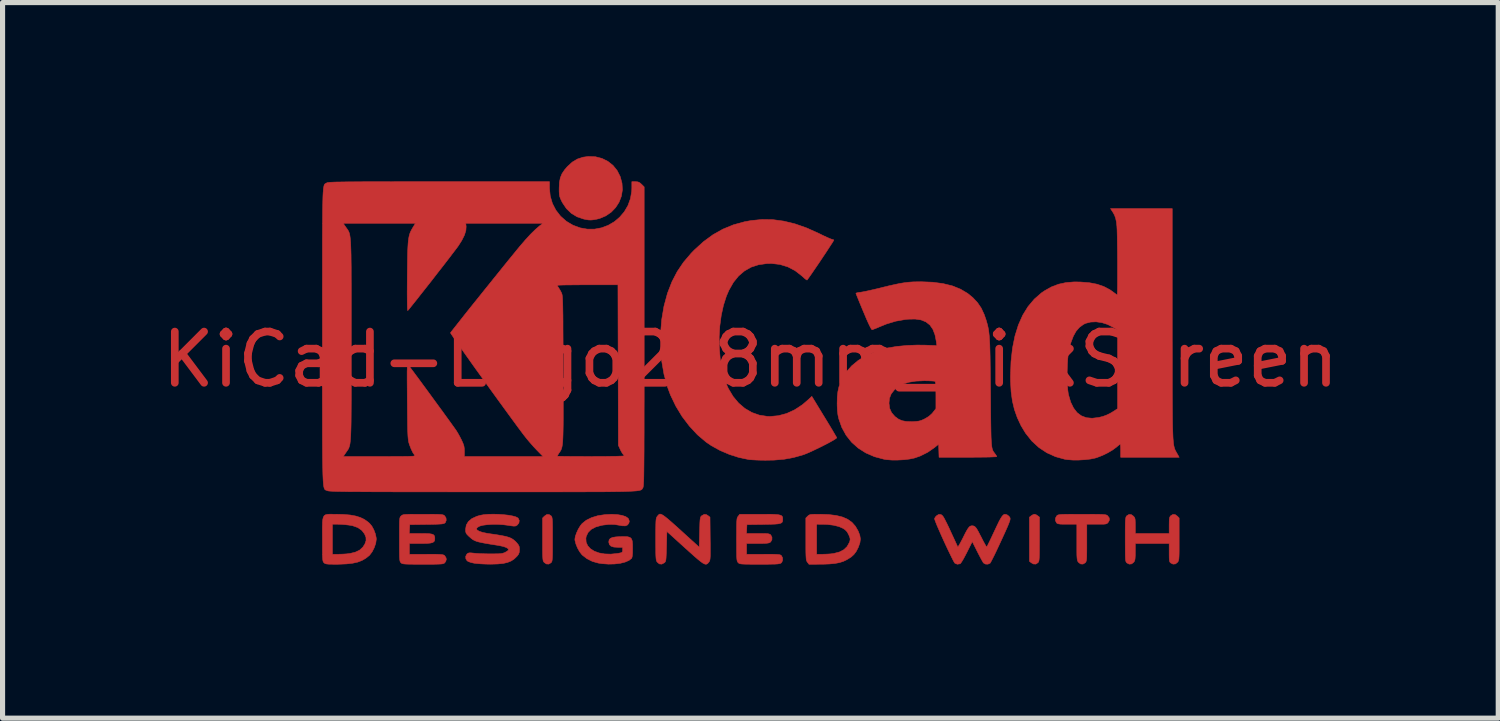
<source format=kicad_pcb>
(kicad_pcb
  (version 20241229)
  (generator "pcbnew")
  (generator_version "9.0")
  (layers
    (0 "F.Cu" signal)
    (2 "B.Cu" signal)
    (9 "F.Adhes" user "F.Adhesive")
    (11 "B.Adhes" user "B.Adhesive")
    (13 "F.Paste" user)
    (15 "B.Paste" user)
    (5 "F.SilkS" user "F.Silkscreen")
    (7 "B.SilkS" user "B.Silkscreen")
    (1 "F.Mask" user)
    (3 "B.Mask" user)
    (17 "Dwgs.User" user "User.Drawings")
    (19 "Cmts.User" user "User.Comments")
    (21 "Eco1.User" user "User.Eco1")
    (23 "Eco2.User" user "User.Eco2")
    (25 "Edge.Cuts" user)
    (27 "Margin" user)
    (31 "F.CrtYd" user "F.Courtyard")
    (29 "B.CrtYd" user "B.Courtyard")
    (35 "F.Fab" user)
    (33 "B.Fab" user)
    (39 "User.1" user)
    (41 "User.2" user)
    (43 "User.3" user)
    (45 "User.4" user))
  (footprint "KiCad-Logo2_8mm_SilkScreen"
    (layer "F.Cu")
    (at 11.601 3.969)
    (property "Reference" "KiCad-Logo2_8mm_SilkScreen" (at 0 0 0) (layer "F.Cu") (effects (font (size 1 1) (thickness 0.15))))
    (attr exclude_from_pos_files exclude_from_bom)
    (fp_poly (pts (xy 5.577 3.03) (xy 5.608 3.05) (xy 5.644 3.078) (xy 5.644 3.507) (xy 5.643 3.632) (xy 5.643 3.73) (xy 5.642 3.806) (xy 5.64 3.862) (xy 5.637 3.902) (xy 5.633 3.929) (xy 5.627 3.947) (xy 5.62 3.96) (xy 5.615 3.966) (xy 5.573 3.994) (xy 5.525 3.992) (xy 5.484 3.969) (xy 5.448 3.94) (xy 5.448 3.078) (xy 5.484 3.05) (xy 5.518 3.029) (xy 5.546 3.021) (xy 5.577 3.03)) (stroke (width 0.01) (type solid)) (fill yes) (layer "F.Cu"))
    (fp_poly (pts (xy -3.893 3.051) (xy -3.884 3.061) (xy -3.877 3.074) (xy -3.872 3.094) (xy -3.868 3.123) (xy -3.865 3.166) (xy -3.864 3.225) (xy -3.863 3.305) (xy -3.863 3.409) (xy -3.863 3.509) (xy -3.863 3.634) (xy -3.863 3.733) (xy -3.864 3.808) (xy -3.866 3.864) (xy -3.869 3.903) (xy -3.873 3.93) (xy -3.878 3.948) (xy -3.886 3.96) (xy -3.893 3.968) (xy -3.937 3.994) (xy -3.983 3.992) (xy -4.025 3.963) (xy -4.035 3.952) (xy -4.042 3.939) (xy -4.048 3.921) (xy -4.052 3.893) (xy -4.055 3.854) (xy -4.057 3.798) (xy -4.058 3.722) (xy -4.058 3.623) (xy -4.058 3.512) (xy -4.058 3.095) (xy -4.021 3.058) (xy -3.976 3.027) (xy -3.932 3.026) (xy -3.893 3.051)) (stroke (width 0.01) (type solid)) (fill yes) (layer "F.Cu"))
    (fp_poly (pts (xy -3.026 -3.959) (xy -2.898 -3.926) (xy -2.783 -3.869) (xy -2.683 -3.79) (xy -2.602 -3.69) (xy -2.542 -3.572) (xy -2.507 -3.444) (xy -2.499 -3.314) (xy -2.519 -3.189) (xy -2.564 -3.072) (xy -2.631 -2.967) (xy -2.719 -2.876) (xy -2.824 -2.804) (xy -2.945 -2.753) (xy -3.013 -2.737) (xy -3.072 -2.727) (xy -3.118 -2.723) (xy -3.162 -2.725) (xy -3.216 -2.734) (xy -3.26 -2.744) (xy -3.384 -2.786) (xy -3.496 -2.854) (xy -3.592 -2.946) (xy -3.669 -3.06) (xy -3.688 -3.096) (xy -3.71 -3.145) (xy -3.724 -3.185) (xy -3.731 -3.228) (xy -3.734 -3.283) (xy -3.734 -3.344) (xy -3.729 -3.456) (xy -3.711 -3.549) (xy -3.678 -3.629) (xy -3.625 -3.707) (xy -3.574 -3.766) (xy -3.478 -3.854) (xy -3.378 -3.914) (xy -3.268 -3.95) (xy -3.165 -3.964) (xy -3.026 -3.959)) (stroke (width 0.01) (type solid)) (fill yes) (layer "F.Cu"))
    (fp_poly (pts (xy 6.608 3.021) (xy 6.712 3.022) (xy 6.794 3.023) (xy 6.855 3.024) (xy 6.899 3.027) (xy 6.93 3.031) (xy 6.951 3.036) (xy 6.964 3.042) (xy 6.971 3.047) (xy 7.005 3.091) (xy 7.009 3.136) (xy 6.988 3.176) (xy 6.974 3.193) (xy 6.959 3.204) (xy 6.938 3.211) (xy 6.904 3.215) (xy 6.852 3.216) (xy 6.777 3.216) (xy 6.762 3.216) (xy 6.568 3.216) (xy 6.568 3.577) (xy 6.568 3.691) (xy 6.567 3.778) (xy 6.566 3.843) (xy 6.564 3.89) (xy 6.56 3.922) (xy 6.554 3.943) (xy 6.547 3.957) (xy 6.538 3.968) (xy 6.494 3.994) (xy 6.448 3.992) (xy 6.407 3.962) (xy 6.404 3.958) (xy 6.394 3.944) (xy 6.386 3.928) (xy 6.381 3.905) (xy 6.377 3.871) (xy 6.374 3.823) (xy 6.373 3.757) (xy 6.373 3.668) (xy 6.373 3.567) (xy 6.373 3.216) (xy 6.187 3.216) (xy 6.107 3.216) (xy 6.052 3.214) (xy 6.016 3.209) (xy 5.993 3.202) (xy 5.978 3.191) (xy 5.977 3.189) (xy 5.955 3.145) (xy 5.957 3.095) (xy 5.982 3.051) (xy 5.991 3.043) (xy 6.004 3.036) (xy 6.023 3.031) (xy 6.051 3.027) (xy 6.091 3.024) (xy 6.148 3.023) (xy 6.225 3.022) (xy 6.324 3.021) (xy 6.449 3.021) (xy 6.476 3.021) (xy 6.608 3.021)) (stroke (width 0.01) (type solid)) (fill yes) (layer "F.Cu"))
    (fp_poly (pts (xy 8.293 3.028) (xy 8.335 3.058) (xy 8.371 3.095) (xy 8.371 3.507) (xy 8.371 3.629) (xy 8.371 3.725) (xy 8.37 3.798) (xy 8.368 3.852) (xy 8.365 3.891) (xy 8.36 3.917) (xy 8.354 3.936) (xy 8.347 3.95) (xy 8.34 3.958) (xy 8.299 3.991) (xy 8.252 3.995) (xy 8.209 3.974) (xy 8.195 3.963) (xy 8.186 3.947) (xy 8.18 3.922) (xy 8.177 3.881) (xy 8.176 3.819) (xy 8.176 3.772) (xy 8.176 3.592) (xy 7.515 3.592) (xy 7.515 3.755) (xy 7.514 3.83) (xy 7.511 3.881) (xy 7.506 3.916) (xy 7.496 3.941) (xy 7.484 3.958) (xy 7.442 3.991) (xy 7.396 3.995) (xy 7.351 3.972) (xy 7.339 3.959) (xy 7.331 3.943) (xy 7.325 3.918) (xy 7.322 3.879) (xy 7.32 3.821) (xy 7.319 3.739) (xy 7.319 3.72) (xy 7.318 3.565) (xy 7.318 3.437) (xy 7.318 3.334) (xy 7.319 3.252) (xy 7.32 3.19) (xy 7.322 3.143) (xy 7.326 3.109) (xy 7.33 3.086) (xy 7.335 3.07) (xy 7.342 3.059) (xy 7.349 3.051) (xy 7.392 3.025) (xy 7.436 3.028) (xy 7.478 3.058) (xy 7.495 3.077) (xy 7.506 3.098) (xy 7.512 3.128) (xy 7.514 3.174) (xy 7.515 3.243) (xy 7.515 3.397) (xy 8.176 3.397) (xy 8.176 3.239) (xy 8.177 3.166) (xy 8.179 3.117) (xy 8.185 3.085) (xy 8.195 3.064) (xy 8.206 3.051) (xy 8.249 3.025) (xy 8.293 3.028)) (stroke (width 0.01) (type solid)) (fill yes) (layer "F.Cu"))
    (fp_poly (pts (xy 1.356 3.021) (xy 1.527 3.027) (xy 1.674 3.045) (xy 1.796 3.075) (xy 1.898 3.119) (xy 1.982 3.179) (xy 2.049 3.254) (xy 2.103 3.347) (xy 2.104 3.349) (xy 2.136 3.432) (xy 2.148 3.505) (xy 2.138 3.579) (xy 2.108 3.663) (xy 2.103 3.675) (xy 2.064 3.75) (xy 2.02 3.808) (xy 1.964 3.858) (xy 1.887 3.906) (xy 1.882 3.909) (xy 1.815 3.941) (xy 1.74 3.965) (xy 1.65 3.982) (xy 1.542 3.992) (xy 1.411 3.997) (xy 1.365 3.997) (xy 1.144 3.998) (xy 1.113 3.958) (xy 1.104 3.945) (xy 1.097 3.93) (xy 1.091 3.909) (xy 1.088 3.878) (xy 1.085 3.835) (xy 1.084 3.802) (xy 1.293 3.802) (xy 1.418 3.802) (xy 1.491 3.8) (xy 1.566 3.795) (xy 1.627 3.787) (xy 1.631 3.786) (xy 1.741 3.757) (xy 1.825 3.713) (xy 1.888 3.652) (xy 1.932 3.572) (xy 1.94 3.551) (xy 1.947 3.518) (xy 1.944 3.485) (xy 1.928 3.442) (xy 1.919 3.421) (xy 1.888 3.364) (xy 1.85 3.325) (xy 1.809 3.297) (xy 1.727 3.261) (xy 1.621 3.235) (xy 1.498 3.22) (xy 1.409 3.217) (xy 1.293 3.216) (xy 1.293 3.802) (xy 1.084 3.802) (xy 1.083 3.774) (xy 1.082 3.694) (xy 1.082 3.589) (xy 1.082 3.507) (xy 1.082 3.095) (xy 1.119 3.058) (xy 1.135 3.043) (xy 1.153 3.033) (xy 1.178 3.026) (xy 1.215 3.023) (xy 1.271 3.021) (xy 1.351 3.021) (xy 1.356 3.021)) (stroke (width 0.01) (type solid)) (fill yes) (layer "F.Cu"))
    (fp_poly (pts (xy -8.15 3.021) (xy -8.097 3.021) (xy -7.943 3.025) (xy -7.814 3.036) (xy -7.706 3.056) (xy -7.614 3.085) (xy -7.533 3.125) (xy -7.461 3.177) (xy -7.435 3.2) (xy -7.391 3.253) (xy -7.352 3.325) (xy -7.322 3.405) (xy -7.306 3.481) (xy -7.304 3.509) (xy -7.315 3.588) (xy -7.344 3.673) (xy -7.385 3.754) (xy -7.434 3.819) (xy -7.442 3.827) (xy -7.51 3.881) (xy -7.584 3.924) (xy -7.668 3.956) (xy -7.768 3.978) (xy -7.887 3.991) (xy -8.029 3.997) (xy -8.094 3.998) (xy -8.177 3.997) (xy -8.235 3.996) (xy -8.274 3.992) (xy -8.3 3.986) (xy -8.317 3.976) (xy -8.326 3.968) (xy -8.335 3.958) (xy -8.342 3.945) (xy -8.347 3.925) (xy -8.351 3.896) (xy -8.354 3.853) (xy -8.355 3.794) (xy -8.356 3.714) (xy -8.356 3.61) (xy -8.356 3.509) (xy -8.357 3.375) (xy -8.357 3.268) (xy -8.355 3.216) (xy -8.161 3.216) (xy -8.161 3.802) (xy -8.037 3.802) (xy -7.962 3.8) (xy -7.884 3.795) (xy -7.819 3.787) (xy -7.817 3.787) (xy -7.712 3.761) (xy -7.63 3.722) (xy -7.568 3.665) (xy -7.528 3.604) (xy -7.504 3.536) (xy -7.506 3.472) (xy -7.534 3.404) (xy -7.589 3.334) (xy -7.666 3.281) (xy -7.765 3.246) (xy -7.832 3.234) (xy -7.908 3.225) (xy -7.988 3.219) (xy -8.056 3.216) (xy -8.06 3.216) (xy -8.161 3.216) (xy -8.355 3.216) (xy -8.355 3.184) (xy -8.349 3.122) (xy -8.338 3.078) (xy -8.32 3.048) (xy -8.294 3.031) (xy -8.258 3.023) (xy -8.211 3.02) (xy -8.15 3.021)) (stroke (width 0.01) (type solid)) (fill yes) (layer "F.Cu"))
    (fp_poly (pts (xy -1.731 3.027) (xy -1.7 3.045) (xy -1.659 3.075) (xy -1.606 3.118) (xy -1.539 3.176) (xy -1.456 3.25) (xy -1.355 3.341) (xy -1.24 3.446) (xy -0.999 3.664) (xy -0.992 3.371) (xy -0.989 3.27) (xy -0.987 3.195) (xy -0.984 3.142) (xy -0.979 3.105) (xy -0.974 3.081) (xy -0.966 3.066) (xy -0.955 3.054) (xy -0.949 3.05) (xy -0.903 3.024) (xy -0.859 3.028) (xy -0.825 3.05) (xy -0.789 3.078) (xy -0.785 3.498) (xy -0.783 3.621) (xy -0.783 3.718) (xy -0.783 3.792) (xy -0.784 3.847) (xy -0.787 3.886) (xy -0.791 3.913) (xy -0.796 3.932) (xy -0.804 3.946) (xy -0.812 3.957) (xy -0.83 3.978) (xy -0.848 3.992) (xy -0.868 3.998) (xy -0.893 3.993) (xy -0.926 3.977) (xy -0.968 3.947) (xy -1.023 3.903) (xy -1.092 3.844) (xy -1.179 3.766) (xy -1.278 3.677) (xy -1.631 3.357) (xy -1.638 3.649) (xy -1.641 3.749) (xy -1.644 3.824) (xy -1.647 3.878) (xy -1.651 3.914) (xy -1.657 3.938) (xy -1.665 3.953) (xy -1.676 3.965) (xy -1.681 3.969) (xy -1.73 3.995) (xy -1.777 3.991) (xy -1.817 3.958) (xy -1.827 3.945) (xy -1.834 3.93) (xy -1.839 3.909) (xy -1.843 3.878) (xy -1.846 3.834) (xy -1.848 3.774) (xy -1.848 3.693) (xy -1.849 3.587) (xy -1.849 3.509) (xy -1.849 3.388) (xy -1.848 3.292) (xy -1.847 3.219) (xy -1.845 3.166) (xy -1.842 3.127) (xy -1.837 3.101) (xy -1.831 3.082) (xy -1.823 3.068) (xy -1.817 3.061) (xy -1.802 3.042) (xy -1.788 3.028) (xy -1.773 3.019) (xy -1.755 3.019) (xy -1.731 3.027)) (stroke (width 0.01) (type solid)) (fill yes) (layer "F.Cu"))
    (fp_poly (pts (xy -2.596 3.028) (xy -2.505 3.044) (xy -2.435 3.067) (xy -2.389 3.099) (xy -2.377 3.117) (xy -2.364 3.158) (xy -2.373 3.196) (xy -2.4 3.231) (xy -2.441 3.248) (xy -2.502 3.247) (xy -2.549 3.238) (xy -2.653 3.221) (xy -2.759 3.219) (xy -2.878 3.233) (xy -2.911 3.239) (xy -3.021 3.27) (xy -3.108 3.316) (xy -3.169 3.377) (xy -3.205 3.452) (xy -3.212 3.49) (xy -3.207 3.568) (xy -3.176 3.637) (xy -3.122 3.696) (xy -3.047 3.743) (xy -2.954 3.777) (xy -2.846 3.796) (xy -2.726 3.8) (xy -2.597 3.787) (xy -2.59 3.786) (xy -2.539 3.776) (xy -2.51 3.767) (xy -2.498 3.753) (xy -2.495 3.73) (xy -2.495 3.718) (xy -2.495 3.667) (xy -2.586 3.667) (xy -2.667 3.662) (xy -2.722 3.644) (xy -2.753 3.613) (xy -2.765 3.567) (xy -2.765 3.561) (xy -2.758 3.521) (xy -2.735 3.493) (xy -2.692 3.474) (xy -2.625 3.463) (xy -2.56 3.459) (xy -2.466 3.457) (xy -2.398 3.46) (xy -2.352 3.473) (xy -2.323 3.499) (xy -2.307 3.542) (xy -2.301 3.605) (xy -2.3 3.688) (xy -2.301 3.78) (xy -2.307 3.843) (xy -2.316 3.877) (xy -2.318 3.88) (xy -2.37 3.922) (xy -2.446 3.955) (xy -2.541 3.979) (xy -2.651 3.992) (xy -2.771 3.995) (xy -2.895 3.986) (xy -2.968 3.975) (xy -3.083 3.943) (xy -3.19 3.89) (xy -3.279 3.821) (xy -3.293 3.807) (xy -3.337 3.749) (xy -3.377 3.677) (xy -3.407 3.602) (xy -3.425 3.534) (xy -3.427 3.508) (xy -3.418 3.453) (xy -3.394 3.385) (xy -3.361 3.313) (xy -3.321 3.247) (xy -3.287 3.204) (xy -3.206 3.139) (xy -3.101 3.087) (xy -2.976 3.049) (xy -2.835 3.028) (xy -2.705 3.022) (xy -2.596 3.028)) (stroke (width 0.01) (type solid)) (fill yes) (layer "F.Cu"))
    (fp_poly (pts (xy 0.307 3.021) (xy 0.408 3.022) (xy 0.486 3.025) (xy 0.544 3.03) (xy 0.583 3.039) (xy 0.609 3.05) (xy 0.623 3.066) (xy 0.63 3.087) (xy 0.631 3.114) (xy 0.631 3.117) (xy 0.63 3.147) (xy 0.624 3.171) (xy 0.609 3.188) (xy 0.582 3.2) (xy 0.54 3.209) (xy 0.48 3.214) (xy 0.397 3.217) (xy 0.288 3.219) (xy 0.255 3.22) (xy -0.068 3.224) (xy -0.072 3.31) (xy -0.077 3.397) (xy 0.147 3.397) (xy 0.235 3.397) (xy 0.297 3.398) (xy 0.34 3.401) (xy 0.367 3.407) (xy 0.385 3.415) (xy 0.398 3.426) (xy 0.398 3.426) (xy 0.421 3.471) (xy 0.42 3.519) (xy 0.396 3.561) (xy 0.391 3.565) (xy 0.374 3.576) (xy 0.35 3.583) (xy 0.315 3.588) (xy 0.263 3.591) (xy 0.189 3.592) (xy 0.141 3.592) (xy -0.075 3.592) (xy -0.075 3.802) (xy 0.253 3.802) (xy 0.362 3.803) (xy 0.444 3.803) (xy 0.504 3.805) (xy 0.546 3.808) (xy 0.574 3.812) (xy 0.592 3.819) (xy 0.603 3.827) (xy 0.606 3.83) (xy 0.628 3.872) (xy 0.629 3.92) (xy 0.612 3.961) (xy 0.598 3.974) (xy 0.583 3.982) (xy 0.561 3.987) (xy 0.527 3.992) (xy 0.478 3.995) (xy 0.41 3.996) (xy 0.32 3.998) (xy 0.204 3.998) (xy 0.178 3.998) (xy 0.06 3.998) (xy -0.032 3.997) (xy -0.1 3.996) (xy -0.15 3.994) (xy -0.185 3.991) (xy -0.208 3.986) (xy -0.223 3.98) (xy -0.234 3.971) (xy -0.24 3.965) (xy -0.249 3.954) (xy -0.256 3.94) (xy -0.261 3.921) (xy -0.265 3.891) (xy -0.268 3.848) (xy -0.269 3.788) (xy -0.27 3.708) (xy -0.27 3.604) (xy -0.271 3.516) (xy -0.27 3.393) (xy -0.27 3.297) (xy -0.269 3.223) (xy -0.267 3.168) (xy -0.264 3.129) (xy -0.26 3.102) (xy -0.254 3.084) (xy -0.246 3.069) (xy -0.239 3.061) (xy -0.208 3.021) (xy 0.178 3.021) (xy 0.307 3.021)) (stroke (width 0.01) (type solid)) (fill yes) (layer "F.Cu"))
    (fp_poly (pts (xy -6.274 3.021) (xy -6.182 3.022) (xy -6.112 3.023) (xy -6.061 3.025) (xy -6.026 3.028) (xy -6.002 3.033) (xy -5.986 3.039) (xy -5.974 3.048) (xy -5.97 3.052) (xy -5.943 3.093) (xy -5.939 3.14) (xy -5.956 3.183) (xy -5.964 3.191) (xy -5.977 3.199) (xy -5.998 3.206) (xy -6.03 3.211) (xy -6.079 3.214) (xy -6.146 3.217) (xy -6.237 3.219) (xy -6.321 3.22) (xy -6.651 3.224) (xy -6.66 3.397) (xy -6.436 3.397) (xy -6.339 3.398) (xy -6.267 3.401) (xy -6.218 3.409) (xy -6.187 3.422) (xy -6.17 3.442) (xy -6.163 3.471) (xy -6.162 3.498) (xy -6.165 3.532) (xy -6.178 3.556) (xy -6.203 3.573) (xy -6.246 3.584) (xy -6.308 3.59) (xy -6.396 3.592) (xy -6.444 3.592) (xy -6.658 3.592) (xy -6.658 3.802) (xy -6.327 3.802) (xy -6.219 3.803) (xy -6.137 3.803) (xy -6.076 3.805) (xy -6.034 3.808) (xy -6.005 3.812) (xy -5.986 3.818) (xy -5.973 3.826) (xy -5.967 3.833) (xy -5.944 3.868) (xy -5.937 3.9) (xy -5.947 3.939) (xy -5.967 3.968) (xy -5.977 3.977) (xy -5.991 3.984) (xy -6.011 3.989) (xy -6.041 3.993) (xy -6.086 3.995) (xy -6.148 3.997) (xy -6.231 3.998) (xy -6.339 3.998) (xy -6.395 3.998) (xy -6.515 3.998) (xy -6.609 3.997) (xy -6.68 3.996) (xy -6.731 3.994) (xy -6.767 3.991) (xy -6.792 3.986) (xy -6.808 3.98) (xy -6.819 3.972) (xy -6.823 3.968) (xy -6.832 3.958) (xy -6.839 3.945) (xy -6.844 3.925) (xy -6.848 3.896) (xy -6.851 3.853) (xy -6.852 3.793) (xy -6.853 3.713) (xy -6.853 3.609) (xy -6.853 3.512) (xy -6.853 3.388) (xy -6.853 3.29) (xy -6.852 3.216) (xy -6.851 3.161) (xy -6.848 3.122) (xy -6.844 3.095) (xy -6.838 3.078) (xy -6.831 3.066) (xy -6.821 3.056) (xy -6.819 3.054) (xy -6.807 3.044) (xy -6.794 3.036) (xy -6.775 3.03) (xy -6.747 3.026) (xy -6.705 3.024) (xy -6.647 3.022) (xy -6.569 3.021) (xy -6.466 3.021) (xy -6.393 3.021) (xy -6.274 3.021)) (stroke (width 0.01) (type solid)) (fill yes) (layer "F.Cu"))
    (fp_poly (pts (xy 4.986 3.024) (xy 5.012 3.033) (xy 5.013 3.033) (xy 5.048 3.06) (xy 5.068 3.088) (xy 5.071 3.101) (xy 5.071 3.119) (xy 5.066 3.143) (xy 5.054 3.178) (xy 5.035 3.227) (xy 5.007 3.292) (xy 4.969 3.377) (xy 4.92 3.484) (xy 4.893 3.543) (xy 4.844 3.648) (xy 4.799 3.744) (xy 4.758 3.829) (xy 4.723 3.898) (xy 4.697 3.948) (xy 4.681 3.975) (xy 4.677 3.979) (xy 4.636 3.996) (xy 4.589 3.994) (xy 4.552 3.973) (xy 4.55 3.972) (xy 4.536 3.949) (xy 4.511 3.905) (xy 4.479 3.845) (xy 4.443 3.776) (xy 4.43 3.75) (xy 4.332 3.555) (xy 4.226 3.767) (xy 4.188 3.84) (xy 4.153 3.904) (xy 4.123 3.953) (xy 4.102 3.982) (xy 4.095 3.988) (xy 4.04 3.997) (xy 3.994 3.979) (xy 3.98 3.96) (xy 3.957 3.918) (xy 3.926 3.856) (xy 3.889 3.78) (xy 3.847 3.693) (xy 3.803 3.599) (xy 3.759 3.503) (xy 3.717 3.409) (xy 3.678 3.32) (xy 3.644 3.242) (xy 3.618 3.177) (xy 3.601 3.131) (xy 3.595 3.108) (xy 3.595 3.107) (xy 3.61 3.077) (xy 3.639 3.047) (xy 3.641 3.046) (xy 3.677 3.025) (xy 3.71 3.026) (xy 3.723 3.029) (xy 3.738 3.038) (xy 3.754 3.054) (xy 3.774 3.082) (xy 3.797 3.125) (xy 3.828 3.186) (xy 3.868 3.268) (xy 3.903 3.344) (xy 3.944 3.433) (xy 3.981 3.512) (xy 4.011 3.578) (xy 4.034 3.628) (xy 4.046 3.655) (xy 4.048 3.66) (xy 4.056 3.653) (xy 4.075 3.623) (xy 4.102 3.575) (xy 4.135 3.512) (xy 4.148 3.487) (xy 4.191 3.4) (xy 4.225 3.337) (xy 4.252 3.294) (xy 4.274 3.267) (xy 4.294 3.253) (xy 4.316 3.247) (xy 4.33 3.246) (xy 4.354 3.249) (xy 4.376 3.258) (xy 4.398 3.277) (xy 4.422 3.311) (xy 4.452 3.363) (xy 4.49 3.437) (xy 4.512 3.479) (xy 4.546 3.546) (xy 4.576 3.601) (xy 4.599 3.64) (xy 4.612 3.659) (xy 4.614 3.66) (xy 4.623 3.645) (xy 4.642 3.607) (xy 4.67 3.55) (xy 4.705 3.477) (xy 4.744 3.393) (xy 4.764 3.351) (xy 4.815 3.243) (xy 4.855 3.16) (xy 4.888 3.1) (xy 4.916 3.058) (xy 4.94 3.033) (xy 4.962 3.023) (xy 4.986 3.024)) (stroke (width 0.01) (type solid)) (fill yes) (layer "F.Cu"))
    (fp_poly (pts (xy -4.915 3.023) (xy -4.815 3.03) (xy -4.723 3.04) (xy -4.642 3.055) (xy -4.58 3.072) (xy -4.54 3.093) (xy -4.534 3.098) (xy -4.513 3.144) (xy -4.52 3.192) (xy -4.552 3.232) (xy -4.554 3.233) (xy -4.573 3.246) (xy -4.593 3.252) (xy -4.621 3.253) (xy -4.664 3.248) (xy -4.729 3.238) (xy -4.734 3.237) (xy -4.831 3.225) (xy -4.936 3.219) (xy -5.04 3.219) (xy -5.138 3.225) (xy -5.222 3.236) (xy -5.283 3.252) (xy -5.287 3.254) (xy -5.332 3.279) (xy -5.348 3.304) (xy -5.336 3.329) (xy -5.296 3.353) (xy -5.231 3.375) (xy -5.14 3.394) (xy -5.08 3.403) (xy -4.955 3.421) (xy -4.855 3.438) (xy -4.777 3.454) (xy -4.715 3.472) (xy -4.667 3.492) (xy -4.628 3.517) (xy -4.592 3.547) (xy -4.564 3.576) (xy -4.531 3.617) (xy -4.514 3.652) (xy -4.509 3.696) (xy -4.509 3.712) (xy -4.513 3.765) (xy -4.528 3.804) (xy -4.555 3.839) (xy -4.609 3.892) (xy -4.67 3.933) (xy -4.742 3.962) (xy -4.828 3.982) (xy -4.935 3.992) (xy -5.066 3.996) (xy -5.088 3.996) (xy -5.175 3.994) (xy -5.261 3.99) (xy -5.338 3.984) (xy -5.395 3.977) (xy -5.399 3.976) (xy -5.456 3.963) (xy -5.504 3.946) (xy -5.531 3.93) (xy -5.556 3.89) (xy -5.558 3.842) (xy -5.536 3.8) (xy -5.531 3.795) (xy -5.511 3.781) (xy -5.486 3.775) (xy -5.447 3.776) (xy -5.4 3.781) (xy -5.347 3.786) (xy -5.273 3.79) (xy -5.186 3.793) (xy -5.096 3.795) (xy -5.072 3.795) (xy -4.982 3.794) (xy -4.916 3.793) (xy -4.868 3.789) (xy -4.833 3.782) (xy -4.805 3.773) (xy -4.788 3.765) (xy -4.75 3.743) (xy -4.726 3.723) (xy -4.723 3.717) (xy -4.73 3.694) (xy -4.765 3.671) (xy -4.825 3.65) (xy -4.908 3.632) (xy -4.933 3.628) (xy -5.061 3.608) (xy -5.163 3.591) (xy -5.243 3.576) (xy -5.305 3.562) (xy -5.353 3.548) (xy -5.391 3.532) (xy -5.423 3.514) (xy -5.453 3.491) (xy -5.484 3.463) (xy -5.495 3.454) (xy -5.532 3.417) (xy -5.552 3.388) (xy -5.56 3.355) (xy -5.561 3.314) (xy -5.547 3.232) (xy -5.506 3.163) (xy -5.438 3.106) (xy -5.343 3.062) (xy -5.275 3.042) (xy -5.202 3.029) (xy -5.114 3.022) (xy -5.016 3.02) (xy -4.915 3.023)) (stroke (width 0.01) (type solid)) (fill yes) (layer "F.Cu"))
    (fp_poly (pts (xy 0.437 -2.731) (xy 0.65 -2.702) (xy 0.869 -2.649) (xy 1.095 -2.57) (xy 1.331 -2.464) (xy 1.346 -2.457) (xy 1.423 -2.419) (xy 1.492 -2.387) (xy 1.547 -2.363) (xy 1.585 -2.348) (xy 1.597 -2.345) (xy 1.623 -2.338) (xy 1.629 -2.332) (xy 1.622 -2.318) (xy 1.601 -2.283) (xy 1.567 -2.231) (xy 1.524 -2.165) (xy 1.474 -2.088) (xy 1.419 -2.006) (xy 1.362 -1.92) (xy 1.305 -1.836) (xy 1.25 -1.756) (xy 1.201 -1.684) (xy 1.159 -1.624) (xy 1.127 -1.579) (xy 1.108 -1.554) (xy 1.105 -1.551) (xy 1.092 -1.558) (xy 1.062 -1.58) (xy 1.022 -1.616) (xy 1.001 -1.635) (xy 0.872 -1.735) (xy 0.73 -1.809) (xy 0.576 -1.856) (xy 0.413 -1.875) (xy 0.32 -1.873) (xy 0.159 -1.85) (xy 0.014 -1.803) (xy -0.116 -1.729) (xy -0.231 -1.631) (xy -0.332 -1.506) (xy -0.418 -1.355) (xy -0.468 -1.24) (xy -0.526 -1.059) (xy -0.569 -0.863) (xy -0.597 -0.656) (xy -0.61 -0.443) (xy -0.607 -0.23) (xy -0.59 -0.022) (xy -0.558 0.177) (xy -0.511 0.361) (xy -0.45 0.526) (xy -0.428 0.571) (xy -0.337 0.723) (xy -0.23 0.851) (xy -0.108 0.955) (xy 0.027 1.034) (xy 0.173 1.086) (xy 0.329 1.11) (xy 0.385 1.112) (xy 0.546 1.097) (xy 0.707 1.054) (xy 0.864 0.982) (xy 1.015 0.883) (xy 1.137 0.778) (xy 1.199 0.719) (xy 1.44 1.115) (xy 1.5 1.213) (xy 1.555 1.304) (xy 1.603 1.384) (xy 1.641 1.449) (xy 1.669 1.497) (xy 1.684 1.523) (xy 1.686 1.527) (xy 1.675 1.54) (xy 1.641 1.563) (xy 1.588 1.594) (xy 1.521 1.631) (xy 1.443 1.671) (xy 1.36 1.713) (xy 1.275 1.754) (xy 1.193 1.793) (xy 1.118 1.826) (xy 1.054 1.852) (xy 1.022 1.863) (xy 0.844 1.913) (xy 0.661 1.947) (xy 0.464 1.964) (xy 0.295 1.967) (xy 0.205 1.966) (xy 0.118 1.963) (xy 0.041 1.959) (xy -0.017 1.955) (xy -0.036 1.952) (xy -0.221 1.914) (xy -0.409 1.854) (xy -0.592 1.776) (xy -0.761 1.683) (xy -0.864 1.613) (xy -1.034 1.469) (xy -1.191 1.3) (xy -1.334 1.112) (xy -1.458 0.907) (xy -1.562 0.69) (xy -1.62 0.534) (xy -1.687 0.289) (xy -1.732 0.03) (xy -1.754 -0.238) (xy -1.754 -0.509) (xy -1.732 -0.778) (xy -1.688 -1.039) (xy -1.621 -1.287) (xy -1.616 -1.302) (xy -1.532 -1.518) (xy -1.43 -1.715) (xy -1.306 -1.899) (xy -1.156 -2.075) (xy -1.098 -2.135) (xy -0.917 -2.3) (xy -0.73 -2.437) (xy -0.536 -2.546) (xy -0.331 -2.63) (xy -0.112 -2.69) (xy 0.015 -2.713) (xy 0.226 -2.734) (xy 0.437 -2.731)) (stroke (width 0.01) (type solid)) (fill yes) (layer "F.Cu"))
    (fp_poly (pts (xy 8.236 -0.703) (xy 8.236 -0.391) (xy 8.237 -0.107) (xy 8.237 0.149) (xy 8.237 0.38) (xy 8.237 0.587) (xy 8.238 0.77) (xy 8.239 0.933) (xy 8.24 1.076) (xy 8.241 1.2) (xy 8.243 1.308) (xy 8.246 1.4) (xy 8.249 1.478) (xy 8.252 1.544) (xy 8.257 1.598) (xy 8.261 1.643) (xy 8.267 1.681) (xy 8.274 1.711) (xy 8.281 1.736) (xy 8.289 1.758) (xy 8.298 1.778) (xy 8.308 1.796) (xy 8.319 1.816) (xy 8.326 1.828) (xy 8.372 1.909) (xy 7.229 1.909) (xy 7.229 1.781) (xy 7.228 1.723) (xy 7.226 1.679) (xy 7.222 1.655) (xy 7.22 1.653) (xy 7.205 1.662) (xy 7.175 1.686) (xy 7.145 1.712) (xy 7.072 1.766) (xy 6.979 1.821) (xy 6.877 1.871) (xy 6.774 1.911) (xy 6.733 1.924) (xy 6.642 1.943) (xy 6.531 1.956) (xy 6.412 1.963) (xy 6.295 1.963) (xy 6.19 1.955) (xy 6.14 1.948) (xy 5.956 1.897) (xy 5.786 1.82) (xy 5.632 1.718) (xy 5.494 1.591) (xy 5.373 1.439) (xy 5.284 1.292) (xy 5.211 1.136) (xy 5.155 0.978) (xy 5.115 0.81) (xy 5.09 0.628) (xy 5.079 0.426) (xy 5.078 0.323) (xy 5.081 0.248) (xy 6.184 0.248) (xy 6.185 0.371) (xy 6.189 0.488) (xy 6.196 0.591) (xy 6.207 0.672) (xy 6.211 0.689) (xy 6.253 0.832) (xy 6.309 0.947) (xy 6.378 1.037) (xy 6.461 1.099) (xy 6.558 1.136) (xy 6.671 1.147) (xy 6.799 1.132) (xy 6.884 1.111) (xy 6.949 1.087) (xy 7.021 1.053) (xy 7.075 1.021) (xy 7.169 0.96) (xy 7.169 -0.572) (xy 7.079 -0.63) (xy 6.975 -0.684) (xy 6.863 -0.72) (xy 6.749 -0.736) (xy 6.641 -0.731) (xy 6.544 -0.706) (xy 6.502 -0.685) (xy 6.424 -0.628) (xy 6.359 -0.553) (xy 6.305 -0.456) (xy 6.259 -0.335) (xy 6.22 -0.188) (xy 6.218 -0.18) (xy 6.205 -0.097) (xy 6.194 0.006) (xy 6.188 0.123) (xy 6.184 0.248) (xy 5.081 0.248) (xy 5.088 0.04) (xy 5.117 -0.221) (xy 5.165 -0.459) (xy 5.232 -0.674) (xy 5.317 -0.866) (xy 5.421 -1.034) (xy 5.543 -1.179) (xy 5.683 -1.301) (xy 5.743 -1.342) (xy 5.877 -1.417) (xy 6.015 -1.47) (xy 6.162 -1.502) (xy 6.323 -1.515) (xy 6.446 -1.513) (xy 6.619 -1.499) (xy 6.769 -1.47) (xy 6.9 -1.425) (xy 7.018 -1.363) (xy 7.083 -1.317) (xy 7.122 -1.288) (xy 7.151 -1.268) (xy 7.162 -1.262) (xy 7.164 -1.277) (xy 7.166 -1.318) (xy 7.167 -1.381) (xy 7.168 -1.464) (xy 7.168 -1.562) (xy 7.168 -1.672) (xy 7.168 -1.789) (xy 7.168 -1.912) (xy 7.167 -2.035) (xy 7.166 -2.155) (xy 7.164 -2.268) (xy 7.163 -2.372) (xy 7.161 -2.461) (xy 7.159 -2.533) (xy 7.156 -2.583) (xy 7.156 -2.593) (xy 7.146 -2.686) (xy 7.13 -2.76) (xy 7.107 -2.823) (xy 7.072 -2.884) (xy 7.063 -2.897) (xy 7.031 -2.946) (xy 8.236 -2.946) (xy 8.236 -0.703)) (stroke (width 0.01) (type solid)) (fill yes) (layer "F.Cu"))
    (fp_poly (pts (xy 3.559 -1.509) (xy 3.762 -1.482) (xy 3.942 -1.438) (xy 4.101 -1.374) (xy 4.24 -1.292) (xy 4.343 -1.208) (xy 4.435 -1.109) (xy 4.507 -1.003) (xy 4.564 -0.88) (xy 4.584 -0.823) (xy 4.602 -0.771) (xy 4.616 -0.723) (xy 4.629 -0.676) (xy 4.64 -0.628) (xy 4.65 -0.576) (xy 4.657 -0.519) (xy 4.664 -0.453) (xy 4.669 -0.376) (xy 4.674 -0.286) (xy 4.677 -0.181) (xy 4.68 -0.057) (xy 4.682 0.088) (xy 4.684 0.256) (xy 4.686 0.449) (xy 4.688 0.639) (xy 4.69 0.847) (xy 4.691 1.027) (xy 4.693 1.181) (xy 4.695 1.312) (xy 4.697 1.422) (xy 4.699 1.513) (xy 4.703 1.587) (xy 4.707 1.646) (xy 4.712 1.693) (xy 4.718 1.729) (xy 4.726 1.758) (xy 4.735 1.781) (xy 4.746 1.8) (xy 4.759 1.818) (xy 4.773 1.837) (xy 4.779 1.844) (xy 4.8 1.874) (xy 4.809 1.895) (xy 4.809 1.896) (xy 4.795 1.899) (xy 4.754 1.901) (xy 4.689 1.904) (xy 4.604 1.906) (xy 4.502 1.907) (xy 4.387 1.908) (xy 4.261 1.909) (xy 4.246 1.909) (xy 3.683 1.909) (xy 3.679 1.781) (xy 3.675 1.653) (xy 3.592 1.721) (xy 3.462 1.811) (xy 3.316 1.884) (xy 3.201 1.924) (xy 3.109 1.943) (xy 2.998 1.957) (xy 2.879 1.963) (xy 2.761 1.963) (xy 2.656 1.955) (xy 2.608 1.947) (xy 2.421 1.897) (xy 2.253 1.824) (xy 2.104 1.729) (xy 1.975 1.614) (xy 1.869 1.48) (xy 1.785 1.327) (xy 1.726 1.16) (xy 1.709 1.084) (xy 1.699 1.001) (xy 1.694 0.902) (xy 1.694 0.857) (xy 1.694 0.852) (xy 2.706 0.852) (xy 2.718 0.952) (xy 2.756 1.037) (xy 2.82 1.111) (xy 2.827 1.117) (xy 2.891 1.164) (xy 2.96 1.194) (xy 3.041 1.21) (xy 3.141 1.213) (xy 3.165 1.213) (xy 3.237 1.209) (xy 3.29 1.202) (xy 3.337 1.189) (xy 3.388 1.166) (xy 3.403 1.159) (xy 3.483 1.111) (xy 3.546 1.055) (xy 3.563 1.034) (xy 3.622 0.959) (xy 3.622 0.698) (xy 3.621 0.594) (xy 3.619 0.517) (xy 3.615 0.464) (xy 3.609 0.435) (xy 3.604 0.426) (xy 3.583 0.422) (xy 3.538 0.419) (xy 3.475 0.416) (xy 3.402 0.415) (xy 3.39 0.415) (xy 3.229 0.422) (xy 3.092 0.444) (xy 2.977 0.481) (xy 2.881 0.534) (xy 2.808 0.596) (xy 2.748 0.673) (xy 2.715 0.757) (xy 2.706 0.852) (xy 1.694 0.852) (xy 1.696 0.732) (xy 1.708 0.627) (xy 1.729 0.532) (xy 1.763 0.438) (xy 1.795 0.368) (xy 1.873 0.241) (xy 1.977 0.124) (xy 2.104 0.019) (xy 2.25 -0.073) (xy 2.413 -0.148) (xy 2.589 -0.205) (xy 2.675 -0.225) (xy 2.857 -0.255) (xy 3.054 -0.274) (xy 3.256 -0.282) (xy 3.424 -0.28) (xy 3.64 -0.271) (xy 3.63 -0.35) (xy 3.604 -0.482) (xy 3.563 -0.589) (xy 3.505 -0.673) (xy 3.428 -0.734) (xy 3.332 -0.773) (xy 3.216 -0.79) (xy 3.079 -0.787) (xy 3.028 -0.782) (xy 2.84 -0.749) (xy 2.658 -0.694) (xy 2.532 -0.643) (xy 2.472 -0.617) (xy 2.421 -0.597) (xy 2.386 -0.584) (xy 2.376 -0.581) (xy 2.363 -0.593) (xy 2.341 -0.632) (xy 2.309 -0.697) (xy 2.267 -0.79) (xy 2.216 -0.911) (xy 2.207 -0.932) (xy 2.167 -1.028) (xy 2.131 -1.115) (xy 2.101 -1.189) (xy 2.078 -1.246) (xy 2.064 -1.282) (xy 2.06 -1.294) (xy 2.073 -1.3) (xy 2.108 -1.308) (xy 2.145 -1.312) (xy 2.186 -1.319) (xy 2.249 -1.331) (xy 2.331 -1.349) (xy 2.424 -1.37) (xy 2.525 -1.394) (xy 2.563 -1.404) (xy 2.702 -1.438) (xy 2.819 -1.464) (xy 2.918 -1.485) (xy 3.006 -1.499) (xy 3.088 -1.509) (xy 3.169 -1.515) (xy 3.257 -1.517) (xy 3.334 -1.518) (xy 3.559 -1.509)) (stroke (width 0.01) (type solid)) (fill yes) (layer "F.Cu"))
    (fp_poly (pts (xy -3.923 -3.343) (xy -3.908 -3.191) (xy -3.866 -3.048) (xy -3.798 -2.916) (xy -3.707 -2.799) (xy -3.594 -2.699) (xy -3.465 -2.622) (xy -3.323 -2.57) (xy -3.181 -2.545) (xy -3.04 -2.546) (xy -2.904 -2.572) (xy -2.775 -2.621) (xy -2.657 -2.69) (xy -2.552 -2.779) (xy -2.462 -2.885) (xy -2.391 -3.006) (xy -2.342 -3.141) (xy -2.317 -3.288) (xy -2.315 -3.355) (xy -2.315 -3.472) (xy -2.245 -3.472) (xy -2.197 -3.468) (xy -2.161 -3.452) (xy -2.125 -3.421) (xy -2.074 -3.37) (xy -2.074 -0.452) (xy -2.074 -0.103) (xy -2.074 0.217) (xy -2.074 0.51) (xy -2.074 0.776) (xy -2.075 1.018) (xy -2.075 1.235) (xy -2.075 1.43) (xy -2.076 1.604) (xy -2.076 1.757) (xy -2.077 1.892) (xy -2.078 2.01) (xy -2.079 2.111) (xy -2.08 2.197) (xy -2.081 2.269) (xy -2.082 2.329) (xy -2.084 2.377) (xy -2.086 2.416) (xy -2.088 2.446) (xy -2.09 2.468) (xy -2.093 2.484) (xy -2.095 2.495) (xy -2.098 2.503) (xy -2.1 2.505) (xy -2.105 2.514) (xy -2.11 2.523) (xy -2.115 2.531) (xy -2.122 2.538) (xy -2.131 2.544) (xy -2.145 2.55) (xy -2.164 2.556) (xy -2.189 2.56) (xy -2.223 2.565) (xy -2.265 2.568) (xy -2.317 2.571) (xy -2.381 2.574) (xy -2.458 2.577) (xy -2.549 2.579) (xy -2.654 2.58) (xy -2.776 2.582) (xy -2.916 2.583) (xy -3.074 2.583) (xy -3.253 2.584) (xy -3.453 2.584) (xy -3.675 2.585) (xy -3.921 2.585) (xy -4.192 2.585) (xy -4.489 2.585) (xy -4.814 2.585) (xy -5.167 2.585) (xy -5.219 2.585) (xy -5.574 2.585) (xy -5.901 2.585) (xy -6.2 2.584) (xy -6.472 2.584) (xy -6.72 2.584) (xy -6.943 2.584) (xy -7.144 2.583) (xy -7.323 2.583) (xy -7.482 2.582) (xy -7.622 2.581) (xy -7.744 2.581) (xy -7.85 2.58) (xy -7.94 2.578) (xy -8.016 2.577) (xy -8.08 2.576) (xy -8.131 2.574) (xy -8.172 2.572) (xy -8.204 2.57) (xy -8.227 2.568) (xy -8.244 2.566) (xy -8.256 2.563) (xy -8.261 2.561) (xy -8.273 2.556) (xy -8.283 2.553) (xy -8.293 2.549) (xy -8.301 2.544) (xy -8.309 2.537) (xy -8.316 2.526) (xy -8.322 2.51) (xy -8.328 2.488) (xy -8.333 2.458) (xy -8.337 2.42) (xy -8.341 2.372) (xy -8.344 2.312) (xy -8.347 2.24) (xy -8.349 2.155) (xy -8.351 2.054) (xy -8.353 1.937) (xy -8.354 1.803) (xy -8.355 1.65) (xy -8.356 1.477) (xy -8.356 1.283) (xy -8.356 1.067) (xy -8.357 0.827) (xy -8.357 0.562) (xy -8.357 0.271) (xy -8.356 -0.047) (xy -8.356 -0.394) (xy -8.356 -0.45) (xy -8.356 -0.8) (xy -8.357 -1.121) (xy -8.357 -1.415) (xy -8.356 -1.682) (xy -8.356 -1.925) (xy -8.356 -2.143) (xy -8.356 -2.339) (xy -8.355 -2.514) (xy -8.354 -2.66) (xy -7.951 -2.66) (xy -7.898 -2.583) (xy -7.883 -2.562) (xy -7.87 -2.544) (xy -7.858 -2.526) (xy -7.847 -2.507) (xy -7.838 -2.487) (xy -7.829 -2.462) (xy -7.822 -2.431) (xy -7.816 -2.394) (xy -7.811 -2.348) (xy -7.806 -2.292) (xy -7.803 -2.224) (xy -7.8 -2.143) (xy -7.797 -2.046) (xy -7.796 -1.933) (xy -7.794 -1.802) (xy -7.794 -1.651) (xy -7.793 -1.479) (xy -7.793 -1.284) (xy -7.793 -1.065) (xy -7.793 -0.82) (xy -7.793 -0.547) (xy -7.793 -0.383) (xy -7.793 -0.094) (xy -7.793 0.166) (xy -7.793 0.399) (xy -7.793 0.608) (xy -7.793 0.792) (xy -7.794 0.954) (xy -7.795 1.096) (xy -7.796 1.219) (xy -7.798 1.324) (xy -7.801 1.413) (xy -7.804 1.489) (xy -7.808 1.551) (xy -7.813 1.603) (xy -7.818 1.645) (xy -7.825 1.679) (xy -7.833 1.706) (xy -7.841 1.729) (xy -7.851 1.749) (xy -7.862 1.767) (xy -7.875 1.785) (xy -7.889 1.805) (xy -7.897 1.817) (xy -7.949 1.894) (xy -7.241 1.894) (xy -7.077 1.894) (xy -6.94 1.893) (xy -6.829 1.893) (xy -6.741 1.892) (xy -6.672 1.891) (xy -6.622 1.889) (xy -6.587 1.887) (xy -6.566 1.884) (xy -6.555 1.88) (xy -6.552 1.875) (xy -6.555 1.869) (xy -6.556 1.867) (xy -6.59 1.818) (xy -6.624 1.748) (xy -6.656 1.665) (xy -6.667 1.63) (xy -6.673 1.606) (xy -6.678 1.578) (xy -6.682 1.543) (xy -6.686 1.498) (xy -6.689 1.441) (xy -6.692 1.369) (xy -6.694 1.278) (xy -6.695 1.167) (xy -6.697 1.032) (xy -6.698 0.871) (xy -6.699 0.812) (xy -6.7 0.645) (xy -6.701 0.506) (xy -6.702 0.392) (xy -6.702 0.302) (xy -6.702 0.231) (xy -6.7 0.179) (xy -6.699 0.143) (xy -6.696 0.12) (xy -6.692 0.108) (xy -6.688 0.104) (xy -6.682 0.107) (xy -6.676 0.113) (xy -6.662 0.13) (xy -6.633 0.169) (xy -6.59 0.226) (xy -6.536 0.299) (xy -6.472 0.385) (xy -6.401 0.482) (xy -6.325 0.585) (xy -6.246 0.693) (xy -6.166 0.803) (xy -6.087 0.911) (xy -6.01 1.016) (xy -5.94 1.113) (xy -5.876 1.201) (xy -5.822 1.276) (xy -5.779 1.336) (xy -5.749 1.378) (xy -5.743 1.387) (xy -5.713 1.436) (xy -5.677 1.5) (xy -5.643 1.566) (xy -5.639 1.574) (xy -5.61 1.639) (xy -5.593 1.689) (xy -5.586 1.736) (xy -5.584 1.792) (xy -5.585 1.894) (xy -4.048 1.894) (xy -4.17 1.769) (xy -4.232 1.703) (xy -4.299 1.627) (xy -4.36 1.555) (xy -4.387 1.521) (xy -4.428 1.469) (xy -4.481 1.398) (xy -4.546 1.311) (xy -4.62 1.21) (xy -4.702 1.098) (xy -4.791 0.976) (xy -4.885 0.847) (xy -4.983 0.712) (xy -5.082 0.575) (xy -5.182 0.436) (xy -5.28 0.299) (xy -5.376 0.166) (xy -5.467 0.038) (xy -5.552 -0.082) (xy -5.63 -0.192) (xy -5.699 -0.29) (xy -5.757 -0.373) (xy -5.803 -0.44) (xy -5.836 -0.488) (xy -5.853 -0.516) (xy -5.855 -0.521) (xy -5.845 -0.536) (xy -5.817 -0.572) (xy -5.774 -0.627) (xy -5.717 -0.699) (xy -5.649 -0.785) (xy -5.572 -0.883) (xy -5.486 -0.991) (xy -5.394 -1.106) (xy -5.297 -1.226) (xy -5.198 -1.35) (xy -5.118 -1.449) (xy -3.772 -1.449) (xy -3.765 -1.432) (xy -3.745 -1.402) (xy -3.744 -1.4) (xy -3.719 -1.36) (xy -3.693 -1.311) (xy -3.688 -1.3) (xy -3.683 -1.289) (xy -3.679 -1.275) (xy -3.675 -1.258) (xy -3.672 -1.234) (xy -3.669 -1.203) (xy -3.667 -1.162) (xy -3.665 -1.109) (xy -3.663 -1.043) (xy -3.662 -0.962) (xy -3.66 -0.864) (xy -3.659 -0.747) (xy -3.659 -0.609) (xy -3.658 -0.448) (xy -3.657 -0.263) (xy -3.656 -0.052) (xy -3.656 0.187) (xy -3.655 0.433) (xy -3.654 0.651) (xy -3.654 0.843) (xy -3.654 1.011) (xy -3.654 1.155) (xy -3.655 1.28) (xy -3.657 1.385) (xy -3.659 1.473) (xy -3.662 1.546) (xy -3.665 1.606) (xy -3.67 1.654) (xy -3.676 1.693) (xy -3.683 1.724) (xy -3.691 1.749) (xy -3.7 1.77) (xy -3.711 1.789) (xy -3.723 1.808) (xy -3.735 1.824) (xy -3.757 1.859) (xy -3.771 1.883) (xy -3.772 1.887) (xy -3.758 1.888) (xy -3.716 1.89) (xy -3.651 1.891) (xy -3.564 1.892) (xy -3.46 1.893) (xy -3.341 1.893) (xy -3.21 1.894) (xy -3.119 1.894) (xy -2.979 1.893) (xy -2.85 1.893) (xy -2.735 1.891) (xy -2.636 1.89) (xy -2.557 1.887) (xy -2.501 1.885) (xy -2.47 1.882) (xy -2.465 1.881) (xy -2.475 1.861) (xy -2.486 1.85) (xy -2.503 1.827) (xy -2.526 1.787) (xy -2.542 1.754) (xy -2.578 1.676) (xy -2.582 0.109) (xy -2.586 -1.458) (xy -3.179 -1.458) (xy -3.309 -1.458) (xy -3.43 -1.457) (xy -3.537 -1.456) (xy -3.628 -1.455) (xy -3.699 -1.453) (xy -3.748 -1.451) (xy -3.771 -1.45) (xy -3.772 -1.449) (xy -5.118 -1.449) (xy -5.098 -1.474) (xy -4.999 -1.597) (xy -4.903 -1.716) (xy -4.812 -1.829) (xy -4.728 -1.933) (xy -4.651 -2.027) (xy -4.585 -2.108) (xy -4.531 -2.174) (xy -4.508 -2.202) (xy -4.393 -2.336) (xy -4.291 -2.447) (xy -4.199 -2.537) (xy -4.116 -2.609) (xy -4.103 -2.619) (xy -4.05 -2.66) (xy -4.804 -2.66) (xy -5.557 -2.66) (xy -5.55 -2.596) (xy -5.555 -2.52) (xy -5.583 -2.429) (xy -5.636 -2.323) (xy -5.697 -2.227) (xy -5.718 -2.197) (xy -5.756 -2.147) (xy -5.807 -2.08) (xy -5.869 -1.998) (xy -5.94 -1.906) (xy -6.018 -1.805) (xy -6.101 -1.699) (xy -6.186 -1.589) (xy -6.271 -1.48) (xy -6.355 -1.374) (xy -6.434 -1.274) (xy -6.506 -1.182) (xy -6.57 -1.102) (xy -6.623 -1.036) (xy -6.662 -0.987) (xy -6.686 -0.959) (xy -6.69 -0.954) (xy -6.694 -0.965) (xy -6.697 -1.005) (xy -6.699 -1.075) (xy -6.7 -1.174) (xy -6.701 -1.301) (xy -6.7 -1.456) (xy -6.699 -1.616) (xy -6.697 -1.792) (xy -6.695 -1.94) (xy -6.693 -2.065) (xy -6.689 -2.168) (xy -6.684 -2.253) (xy -6.678 -2.323) (xy -6.669 -2.38) (xy -6.659 -2.428) (xy -6.646 -2.469) (xy -6.63 -2.506) (xy -6.61 -2.543) (xy -6.591 -2.576) (xy -6.54 -2.66) (xy -7.951 -2.66) (xy -8.354 -2.66) (xy -8.354 -2.669) (xy -8.353 -2.804) (xy -8.352 -2.923) (xy -8.35 -3.025) (xy -8.348 -3.112) (xy -8.346 -3.185) (xy -8.343 -3.246) (xy -8.339 -3.296) (xy -8.336 -3.335) (xy -8.331 -3.366) (xy -8.326 -3.389) (xy -8.321 -3.407) (xy -8.315 -3.419) (xy -8.308 -3.427) (xy -8.3 -3.433) (xy -8.292 -3.438) (xy -8.283 -3.442) (xy -8.275 -3.447) (xy -8.268 -3.45) (xy -8.257 -3.454) (xy -8.241 -3.456) (xy -8.218 -3.459) (xy -8.186 -3.461) (xy -8.145 -3.463) (xy -8.093 -3.465) (xy -8.028 -3.466) (xy -7.949 -3.467) (xy -7.854 -3.469) (xy -7.743 -3.469) (xy -7.612 -3.47) (xy -7.462 -3.471) (xy -7.291 -3.471) (xy -7.096 -3.471) (xy -6.877 -3.472) (xy -6.633 -3.472) (xy -6.361 -3.472) (xy -6.08 -3.472) (xy -3.923 -3.472) (xy -3.923 -3.343)) (stroke (width 0.01) (type solid)) (fill yes) (layer "F.Cu")))
  (gr_rect
    (start -3 -3)
    (end 26.202 10.972)
    (stroke (width 0.1) (type default))
    (fill no)
    (layer "Edge.Cuts")))
</source>
